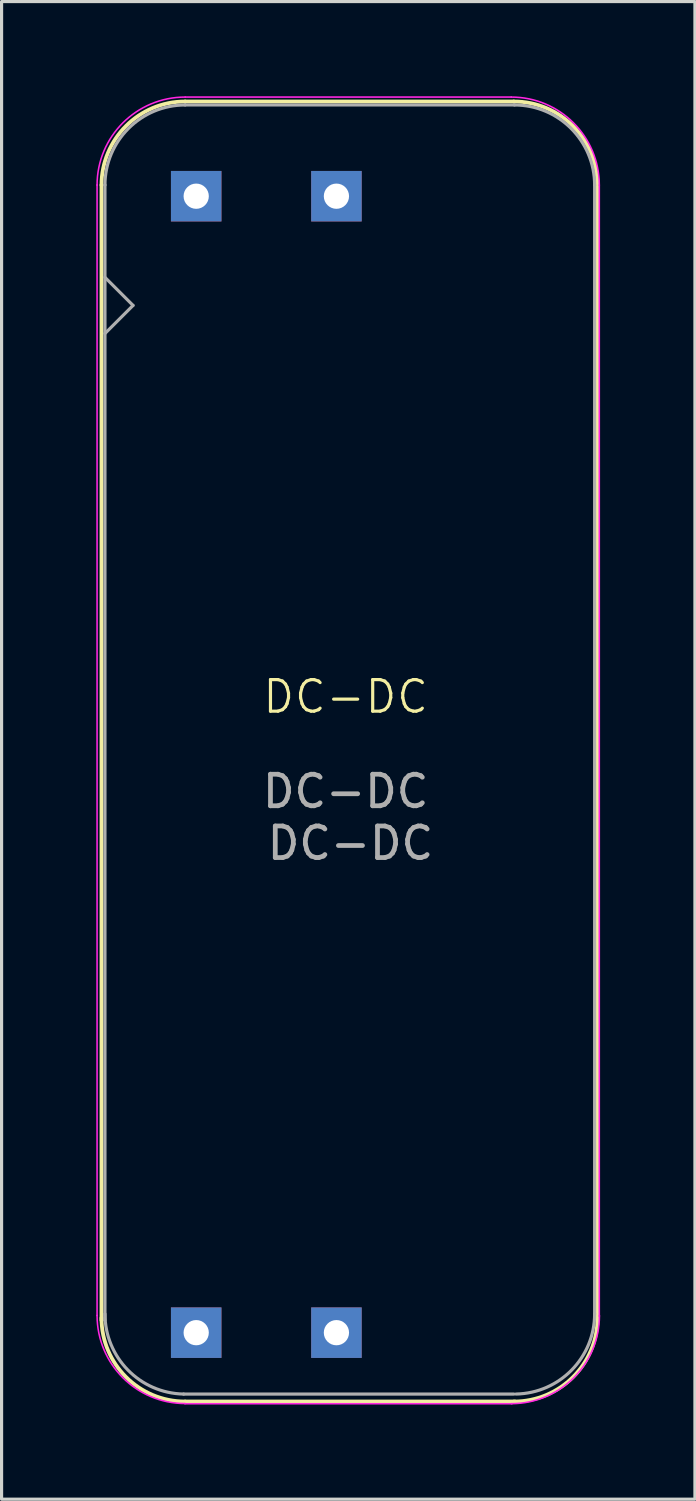
<source format=kicad_pcb>
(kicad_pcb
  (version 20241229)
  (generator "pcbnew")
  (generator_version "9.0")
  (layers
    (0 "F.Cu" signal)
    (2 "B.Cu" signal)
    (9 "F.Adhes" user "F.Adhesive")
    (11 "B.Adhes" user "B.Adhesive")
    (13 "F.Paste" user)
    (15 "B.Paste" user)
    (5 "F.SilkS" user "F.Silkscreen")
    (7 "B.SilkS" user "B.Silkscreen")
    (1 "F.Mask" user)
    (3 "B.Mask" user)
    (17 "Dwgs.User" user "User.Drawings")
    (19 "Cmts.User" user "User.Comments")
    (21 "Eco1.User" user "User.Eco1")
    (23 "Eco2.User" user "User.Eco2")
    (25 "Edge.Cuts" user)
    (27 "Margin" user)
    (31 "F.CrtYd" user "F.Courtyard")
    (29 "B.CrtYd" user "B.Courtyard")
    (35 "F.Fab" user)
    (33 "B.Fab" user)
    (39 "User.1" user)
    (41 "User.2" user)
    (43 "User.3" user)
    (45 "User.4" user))
  (footprint "DC-DC"
    (layer "F.Cu")
    (at 7.899 19.52)
    (property "Reference" "DC-DC" (at 0 -0.5 0) (unlocked yes) (layer "F.SilkS") (effects (font (size 1 1) (thickness 0.1))))
    (attr smd)
    (fp_line (start -7.734 -16.713) (end -7.734 19.253) (stroke (width 0.12) (type solid)) (layer "F.SilkS"))
    (fp_line (start -5.084 21.826) (end 5.363 21.826) (stroke (width 0.12) (type solid)) (layer "F.SilkS"))
    (fp_line (start 5.322 -19.355) (end -5.084 -19.355) (stroke (width 0.12) (type solid)) (layer "F.SilkS"))
    (fp_line (start 7.976 -16.688) (end 7.976 19.152) (stroke (width 0.12) (type solid)) (layer "F.SilkS"))
    (fp_arc (start -7.734 -16.704828) (mid -6.957833 -18.578661) (end -5.084 -19.354828) (stroke (width 0.12) (type solid)) (layer "F.SilkS"))
    (fp_arc (start -5.084 21.826272) (mid -6.957833 21.050105) (end -7.734 19.176272) (stroke (width 0.12) (type solid)) (layer "F.SilkS"))
    (fp_arc (start 5.327395 -19.3548) (mid 7.201228 -18.578633) (end 7.977395 -16.7048) (stroke (width 0.12) (type solid)) (layer "F.SilkS"))
    (fp_arc (start 7.97889 19.177) (mid 7.202723 21.050833) (end 5.32889 21.827) (stroke (width 0.12) (type solid)) (layer "F.SilkS"))
    (fp_line (start -7.874 19.101) (end -7.874 -16.713) (stroke (width 0.05) (type solid)) (layer "F.CrtYd"))
    (fp_line (start 5.245 -19.495) (end -5.084 -19.495) (stroke (width 0.05) (type solid)) (layer "F.CrtYd"))
    (fp_line (start 5.271 21.896) (end -5.092 21.896) (stroke (width 0.05) (type solid)) (layer "F.CrtYd"))
    (fp_line (start 8.035 19.126) (end 8.035 -16.705) (stroke (width 0.05) (type solid)) (layer "F.CrtYd"))
    (fp_arc (start -7.874 -16.704828) (mid -7.056828 -18.677656) (end -5.084 -19.494828) (stroke (width 0.05) (type solid)) (layer "F.CrtYd"))
    (fp_arc (start -5.084 21.890072) (mid -7.056828 21.0729) (end -7.874 19.100072) (stroke (width 0.05) (type solid)) (layer "F.CrtYd"))
    (fp_arc (start 5.245428 -19.494828) (mid 7.218256 -18.677656) (end 8.035428 -16.704828) (stroke (width 0.05) (type solid)) (layer "F.CrtYd"))
    (fp_arc (start 8.039428 19.103781) (mid 7.222256 21.076609) (end 5.249428 21.893781) (stroke (width 0.05) (type solid)) (layer "F.CrtYd"))
    (fp_line (start -7.624 -16.713) (end -7.624 19.253) (stroke (width 0.1) (type solid)) (layer "F.Fab"))
    (fp_line (start -7.624 -13.784) (end -6.735 -12.895) (stroke (width 0.1) (type solid)) (layer "F.Fab"))
    (fp_line (start -6.735 -12.895) (end -7.624 -12.006) (stroke (width 0.1) (type solid)) (layer "F.Fab"))
    (fp_line (start -5.133 21.59) (end 5.332 21.59) (stroke (width 0.1) (type solid)) (layer "F.Fab"))
    (fp_line (start 5.347 -19.245) (end -5.084 -19.245) (stroke (width 0.1) (type solid)) (layer "F.Fab"))
    (fp_line (start 7.887 -16.705) (end 7.887 19.05) (stroke (width 0.1) (type solid)) (layer "F.Fab"))
    (fp_arc (start -7.624 -16.704828) (mid -6.880051 -18.500879) (end -5.084 -19.244828) (stroke (width 0.1) (type solid)) (layer "F.Fab"))
    (fp_arc (start -5.132762 21.59) (mid -6.897209 20.829196) (end -7.624 19.050468) (stroke (width 0.1) (type solid)) (layer "F.Fab"))
    (fp_arc (start 5.347028 -19.244828) (mid 7.143079 -18.500879) (end 7.887028 -16.704828) (stroke (width 0.1) (type solid)) (layer "F.Fab"))
    (fp_arc (start 7.887028 19.05) (mid 7.160237 20.828728) (end 5.39579 21.589532) (stroke (width 0.1) (type solid)) (layer "F.Fab"))
    (fp_text user "${REFERENCE}" (at 0.152 4.14 180) (layer "F.Fab") (effects (font (size 1 1) (thickness 0.15))))
    (fp_text user "${REFERENCE}" (at 0 2.5 0) (unlocked yes) (layer "F.Fab") (effects (font (size 1 1) (thickness 0.15))))
    (pad "1" thru_hole rect (at -0.292 19.645 180) (size 1.6 1.6) (drill 0.8) (layers "*.Cu" "*.Mask"))
    (pad "2" thru_hole rect (at -4.734 19.645 180) (size 1.6 1.6) (drill 0.8) (layers "*.Cu" "*.Mask"))
    (pad "3" thru_hole rect (at -4.734 -16.355 180) (size 1.6 1.6) (drill 0.8) (layers "*.Cu" "*.Mask"))
    (pad "4" thru_hole rect (at -0.292 -16.355 180) (size 1.6 1.6) (drill 0.8) (layers "*.Cu" "*.Mask")))
  (gr_rect
    (start -3 -3)
    (end 18.963 44.44)
    (stroke (width 0.1) (type default))
    (fill no)
    (layer "Edge.Cuts")))
</source>
